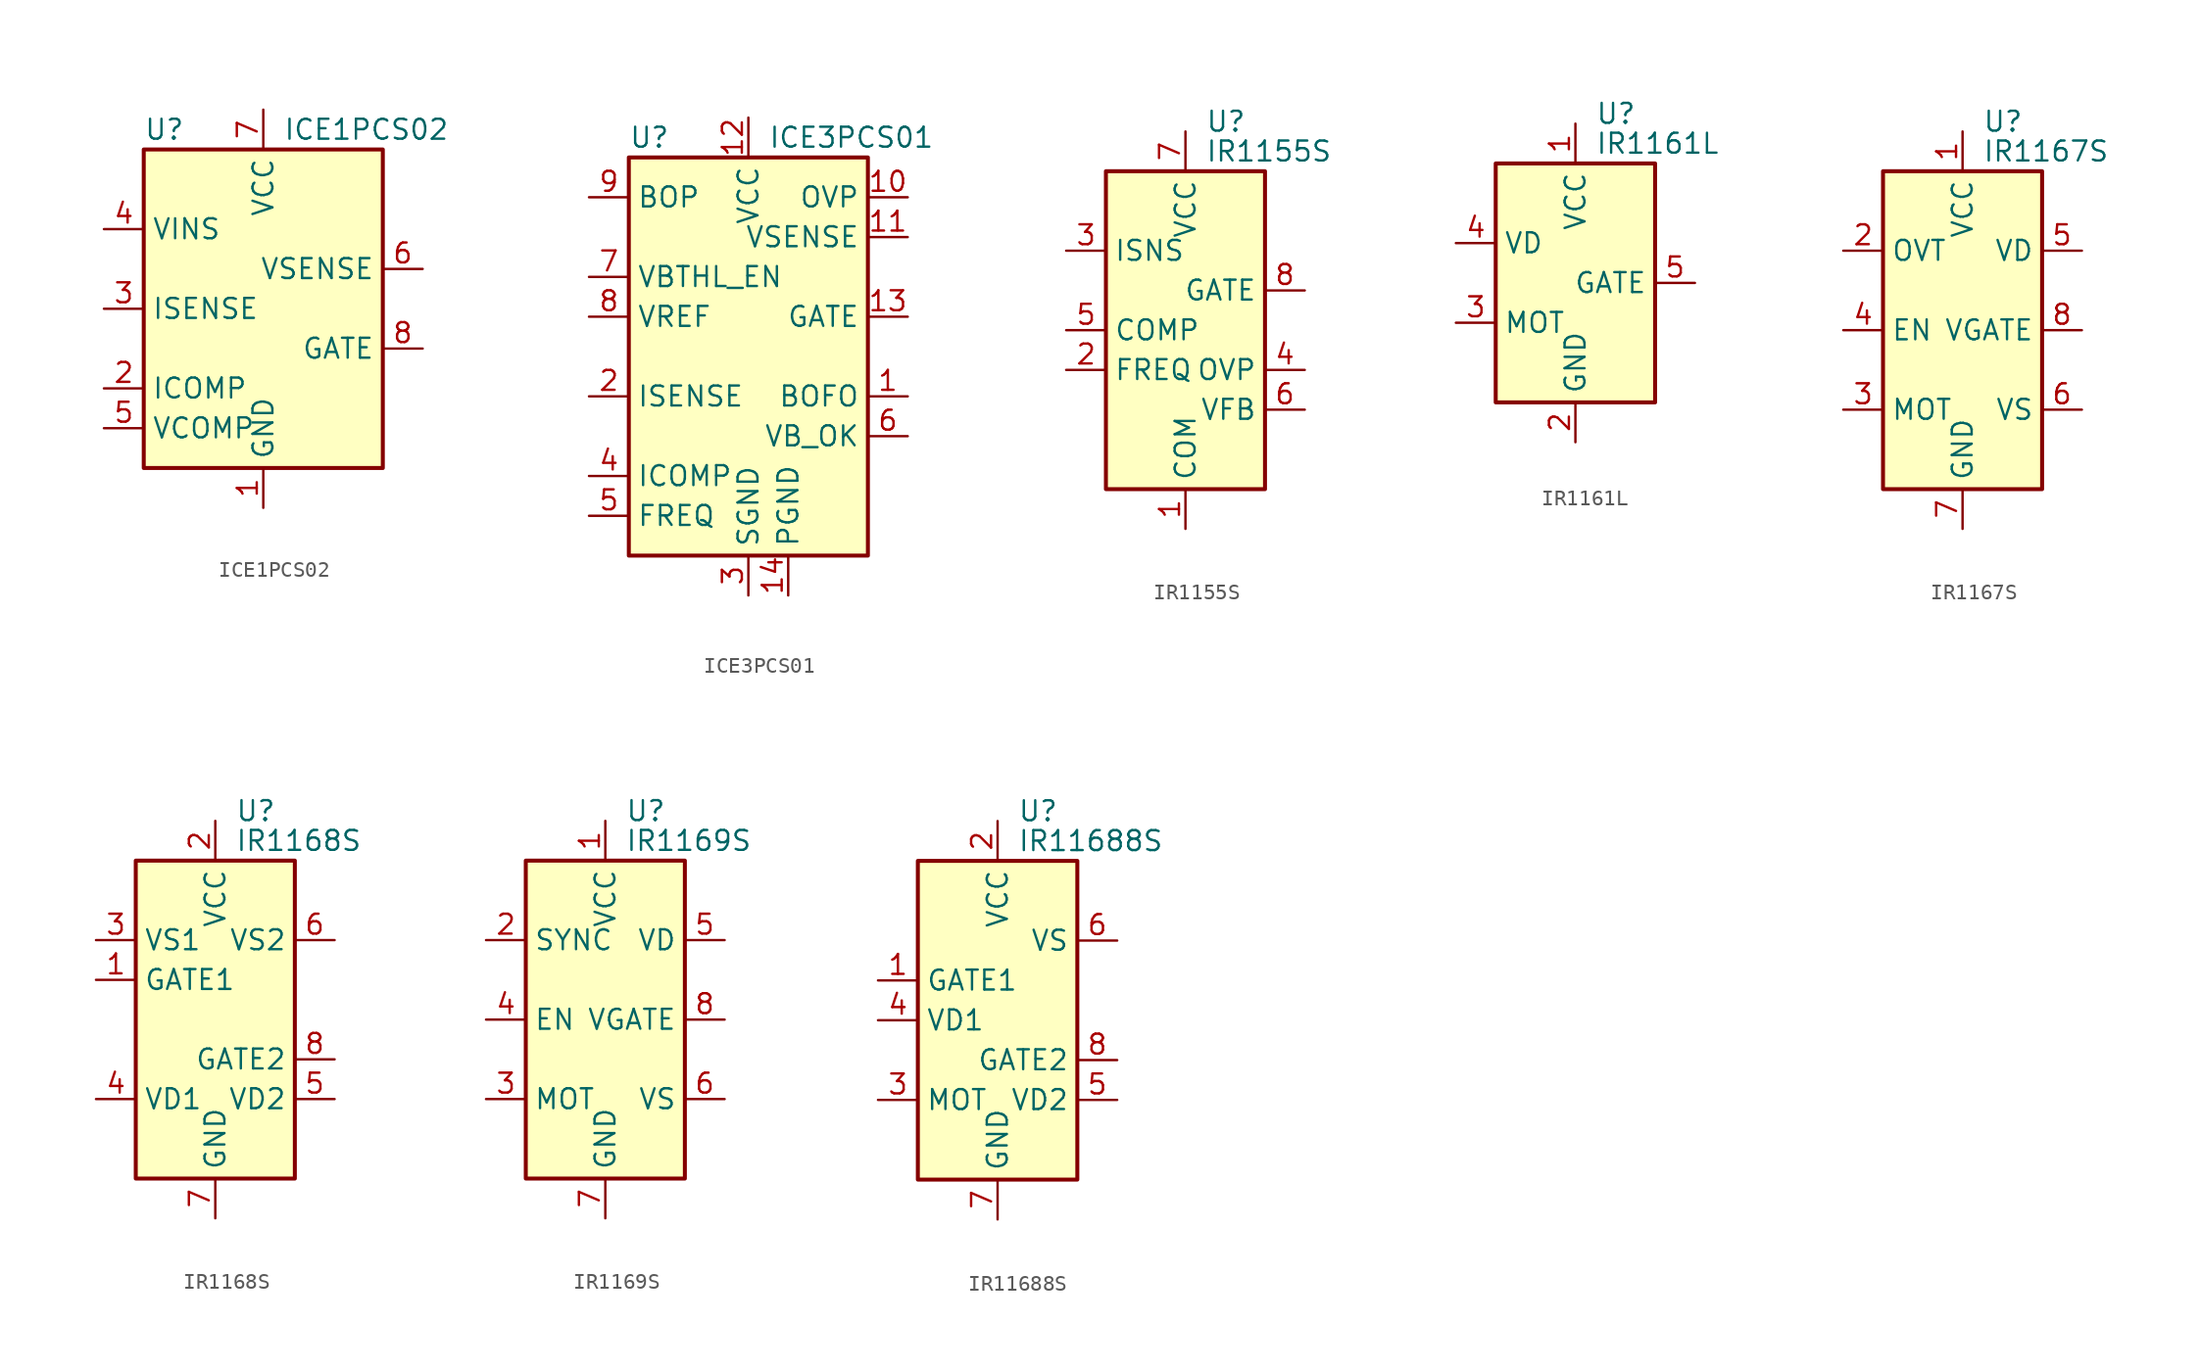
<source format=kicad_sym>
(kicad_symbol_lib
  (version 20211014)
  (generator kicad_symbol_editor)
  (symbol "ICE1PCS02"
    (property "Reference" "U"
      (at -7.62 11.43 0)
      (effects (font (size 1.27 1.27)) (justify left)))
    (property "Value" "ICE1PCS02"
      (at 1.27 11.43 0)
      (effects (font (size 1.27 1.27)) (justify left)))
    (symbol "ICE1PCS02_0_0"
      (rectangle (start -7.62 10.16) (end 7.62 -10.16) (stroke (width 0.254) (type default) (color 0 0 0 0)) (fill (type background))))
    (symbol "ICE1PCS02_1_1"
      (pin power_in line (at 0 -12.7 90) (length 2.54) (name "GND" (effects (font (size 1.27 1.27)))) (number "1" (effects (font (size 1.27 1.27)))))
      (pin passive line (at -10.16 -5.08 0) (length 2.54) (name "ICOMP" (effects (font (size 1.27 1.27)))) (number "2" (effects (font (size 1.27 1.27)))))
      (pin input line (at -10.16 0 0) (length 2.54) (name "ISENSE" (effects (font (size 1.27 1.27)))) (number "3" (effects (font (size 1.27 1.27)))))
      (pin input line (at -10.16 5.08 0) (length 2.54) (name "VINS" (effects (font (size 1.27 1.27)))) (number "4" (effects (font (size 1.27 1.27)))))
      (pin passive line (at -10.16 -7.62 0) (length 2.54) (name "VCOMP" (effects (font (size 1.27 1.27)))) (number "5" (effects (font (size 1.27 1.27)))))
      (pin input line (at 10.16 2.54 180) (length 2.54) (name "VSENSE" (effects (font (size 1.27 1.27)))) (number "6" (effects (font (size 1.27 1.27)))))
      (pin power_in line (at 0 12.7 270) (length 2.54) (name "VCC" (effects (font (size 1.27 1.27)))) (number "7" (effects (font (size 1.27 1.27)))))
      (pin output line (at 10.16 -2.54 180) (length 2.54) (name "GATE" (effects (font (size 1.27 1.27)))) (number "8" (effects (font (size 1.27 1.27)))))))
  (symbol "ICE3PCS01"
    (property "Reference" "U"
      (at -7.62 13.97 0)
      (effects (font (size 1.27 1.27)) (justify left)))
    (property "Value" "ICE3PCS01"
      (at 1.27 13.97 0)
      (effects (font (size 1.27 1.27)) (justify left)))
    (symbol "ICE3PCS01_0_0"
      (rectangle (start -7.62 12.7) (end 7.62 -12.7) (stroke (width 0.254) (type default) (color 0 0 0 0)) (fill (type background))))
    (symbol "ICE3PCS01_1_1"
      (pin input line (at 10.16 -2.54 180) (length 2.54) (name "BOFO" (effects (font (size 1.27 1.27)))) (number "1" (effects (font (size 1.27 1.27)))))
      (pin input line (at 10.16 10.16 180) (length 2.54) (name "OVP" (effects (font (size 1.27 1.27)))) (number "10" (effects (font (size 1.27 1.27)))))
      (pin input line (at 10.16 7.62 180) (length 2.54) (name "VSENSE" (effects (font (size 1.27 1.27)))) (number "11" (effects (font (size 1.27 1.27)))))
      (pin power_in line (at 0 15.24 270) (length 2.54) (name "VCC" (effects (font (size 1.27 1.27)))) (number "12" (effects (font (size 1.27 1.27)))))
      (pin output line (at 10.16 2.54 180) (length 2.54) (name "GATE" (effects (font (size 1.27 1.27)))) (number "13" (effects (font (size 1.27 1.27)))))
      (pin power_in line (at 2.54 -15.24 90) (length 2.54) (name "PGND" (effects (font (size 1.27 1.27)))) (number "14" (effects (font (size 1.27 1.27)))))
      (pin input line (at -10.16 -2.54 0) (length 2.54) (name "ISENSE" (effects (font (size 1.27 1.27)))) (number "2" (effects (font (size 1.27 1.27)))))
      (pin power_in line (at 0 -15.24 90) (length 2.54) (name "SGND" (effects (font (size 1.27 1.27)))) (number "3" (effects (font (size 1.27 1.27)))))
      (pin passive line (at -10.16 -7.62 0) (length 2.54) (name "ICOMP" (effects (font (size 1.27 1.27)))) (number "4" (effects (font (size 1.27 1.27)))))
      (pin passive line (at -10.16 -10.16 0) (length 2.54) (name "FREQ" (effects (font (size 1.27 1.27)))) (number "5" (effects (font (size 1.27 1.27)))))
      (pin output line (at 10.16 -5.08 180) (length 2.54) (name "VB_OK" (effects (font (size 1.27 1.27)))) (number "6" (effects (font (size 1.27 1.27)))))
      (pin input line (at -10.16 5.08 0) (length 2.54) (name "VBTHL_EN" (effects (font (size 1.27 1.27)))) (number "7" (effects (font (size 1.27 1.27)))))
      (pin output line (at -10.16 2.54 0) (length 2.54) (name "VREF" (effects (font (size 1.27 1.27)))) (number "8" (effects (font (size 1.27 1.27)))))
      (pin input line (at -10.16 10.16 0) (length 2.54) (name "BOP" (effects (font (size 1.27 1.27)))) (number "9" (effects (font (size 1.27 1.27)))))))
  (symbol "IR1155S"
    (property "Reference" "U"
      (at 1.27 13.335 0)
      (effects (font (size 1.27 1.27)) (justify left)))
    (property "Value" "IR1155S"
      (at 1.27 11.43 0)
      (effects (font (size 1.27 1.27)) (justify left)))
    (symbol "IR1155S_0_1"
      (rectangle (start -5.08 -10.16) (end 5.08 10.16) (stroke (width 0.254) (type default) (color 0 0 0 0)) (fill (type background))))
    (symbol "IR1155S_1_1"
      (pin power_in line (at 0 -12.7 90) (length 2.54) (name "COM" (effects (font (size 1.27 1.27)))) (number "1" (effects (font (size 1.27 1.27)))))
      (pin passive line (at -7.62 -2.54 0) (length 2.54) (name "FREQ" (effects (font (size 1.27 1.27)))) (number "2" (effects (font (size 1.27 1.27)))))
      (pin passive line (at -7.62 5.08 0) (length 2.54) (name "ISNS" (effects (font (size 1.27 1.27)))) (number "3" (effects (font (size 1.27 1.27)))))
      (pin input line (at 7.62 -2.54 180) (length 2.54) (name "OVP" (effects (font (size 1.27 1.27)))) (number "4" (effects (font (size 1.27 1.27)))))
      (pin output line (at -7.62 0 0) (length 2.54) (name "COMP" (effects (font (size 1.27 1.27)))) (number "5" (effects (font (size 1.27 1.27)))))
      (pin input line (at 7.62 -5.08 180) (length 2.54) (name "VFB" (effects (font (size 1.27 1.27)))) (number "6" (effects (font (size 1.27 1.27)))))
      (pin power_in line (at 0 12.7 270) (length 2.54) (name "VCC" (effects (font (size 1.27 1.27)))) (number "7" (effects (font (size 1.27 1.27)))))
      (pin output line (at 7.62 2.54 180) (length 2.54) (name "GATE" (effects (font (size 1.27 1.27)))) (number "8" (effects (font (size 1.27 1.27)))))))
  (symbol "IR1161L"
    (property "Reference" "U"
      (at 1.27 10.795 0)
      (effects (font (size 1.27 1.27)) (justify left)))
    (property "Value" "IR1161L"
      (at 1.27 8.89 0)
      (effects (font (size 1.27 1.27)) (justify left)))
    (symbol "IR1161L_0_1"
      (rectangle (start -5.08 -7.62) (end 5.08 7.62) (stroke (width 0.254) (type default) (color 0 0 0 0)) (fill (type background))))
    (symbol "IR1161L_1_1"
      (pin power_in line (at 0 10.16 270) (length 2.54) (name "VCC" (effects (font (size 1.27 1.27)))) (number "1" (effects (font (size 1.27 1.27)))))
      (pin power_in line (at 0 -10.16 90) (length 2.54) (name "GND" (effects (font (size 1.27 1.27)))) (number "2" (effects (font (size 1.27 1.27)))))
      (pin passive line (at -7.62 -2.54 0) (length 2.54) (name "MOT" (effects (font (size 1.27 1.27)))) (number "3" (effects (font (size 1.27 1.27)))))
      (pin input line (at -7.62 2.54 0) (length 2.54) (name "VD" (effects (font (size 1.27 1.27)))) (number "4" (effects (font (size 1.27 1.27)))))
      (pin output line (at 7.62 0 180) (length 2.54) (name "GATE" (effects (font (size 1.27 1.27)))) (number "5" (effects (font (size 1.27 1.27)))))))
  (symbol "IR1167S"
    (property "Reference" "U"
      (at 1.27 13.335 0)
      (effects (font (size 1.27 1.27)) (justify left)))
    (property "Value" "IR1167S"
      (at 1.27 11.43 0)
      (effects (font (size 1.27 1.27)) (justify left)))
    (symbol "IR1167S_0_1"
      (rectangle (start -5.08 -10.16) (end 5.08 10.16) (stroke (width 0.254) (type default) (color 0 0 0 0)) (fill (type background))))
    (symbol "IR1167S_1_1"
      (pin power_in line (at 0 12.7 270) (length 2.54) (name "VCC" (effects (font (size 1.27 1.27)))) (number "1" (effects (font (size 1.27 1.27)))))
      (pin input line (at -7.62 5.08 0) (length 2.54) (name "OVT" (effects (font (size 1.27 1.27)))) (number "2" (effects (font (size 1.27 1.27)))))
      (pin passive line (at -7.62 -5.08 0) (length 2.54) (name "MOT" (effects (font (size 1.27 1.27)))) (number "3" (effects (font (size 1.27 1.27)))))
      (pin input line (at -7.62 0 0) (length 2.54) (name "EN" (effects (font (size 1.27 1.27)))) (number "4" (effects (font (size 1.27 1.27)))))
      (pin input line (at 7.62 5.08 180) (length 2.54) (name "VD" (effects (font (size 1.27 1.27)))) (number "5" (effects (font (size 1.27 1.27)))))
      (pin input line (at 7.62 -5.08 180) (length 2.54) (name "VS" (effects (font (size 1.27 1.27)))) (number "6" (effects (font (size 1.27 1.27)))))
      (pin power_in line (at 0 -12.7 90) (length 2.54) (name "GND" (effects (font (size 1.27 1.27)))) (number "7" (effects (font (size 1.27 1.27)))))
      (pin output line (at 7.62 0 180) (length 2.54) (name "VGATE" (effects (font (size 1.27 1.27)))) (number "8" (effects (font (size 1.27 1.27)))))))
  (symbol "IR1168S"
    (property "Reference" "U"
      (at 1.27 13.335 0)
      (effects (font (size 1.27 1.27)) (justify left)))
    (property "Value" "IR1168S"
      (at 1.27 11.43 0)
      (effects (font (size 1.27 1.27)) (justify left)))
    (symbol "IR1168S_0_1"
      (rectangle (start -5.08 -10.16) (end 5.08 10.16) (stroke (width 0.254) (type default) (color 0 0 0 0)) (fill (type background))))
    (symbol "IR1168S_1_1"
      (pin output line (at -7.62 2.54 0) (length 2.54) (name "GATE1" (effects (font (size 1.27 1.27)))) (number "1" (effects (font (size 1.27 1.27)))))
      (pin power_in line (at 0 12.7 270) (length 2.54) (name "VCC" (effects (font (size 1.27 1.27)))) (number "2" (effects (font (size 1.27 1.27)))))
      (pin input line (at -7.62 5.08 0) (length 2.54) (name "VS1" (effects (font (size 1.27 1.27)))) (number "3" (effects (font (size 1.27 1.27)))))
      (pin input line (at -7.62 -5.08 0) (length 2.54) (name "VD1" (effects (font (size 1.27 1.27)))) (number "4" (effects (font (size 1.27 1.27)))))
      (pin input line (at 7.62 -5.08 180) (length 2.54) (name "VD2" (effects (font (size 1.27 1.27)))) (number "5" (effects (font (size 1.27 1.27)))))
      (pin input line (at 7.62 5.08 180) (length 2.54) (name "VS2" (effects (font (size 1.27 1.27)))) (number "6" (effects (font (size 1.27 1.27)))))
      (pin power_in line (at 0 -12.7 90) (length 2.54) (name "GND" (effects (font (size 1.27 1.27)))) (number "7" (effects (font (size 1.27 1.27)))))
      (pin output line (at 7.62 -2.54 180) (length 2.54) (name "GATE2" (effects (font (size 1.27 1.27)))) (number "8" (effects (font (size 1.27 1.27)))))))
  (symbol "IR1169S"
    (property "Reference" "U"
      (at 1.27 13.335 0)
      (effects (font (size 1.27 1.27)) (justify left)))
    (property "Value" "IR1169S"
      (at 1.27 11.43 0)
      (effects (font (size 1.27 1.27)) (justify left)))
    (symbol "IR1169S_0_1"
      (rectangle (start -5.08 -10.16) (end 5.08 10.16) (stroke (width 0.254) (type default) (color 0 0 0 0)) (fill (type background))))
    (symbol "IR1169S_1_1"
      (pin power_in line (at 0 12.7 270) (length 2.54) (name "VCC" (effects (font (size 1.27 1.27)))) (number "1" (effects (font (size 1.27 1.27)))))
      (pin input line (at -7.62 5.08 0) (length 2.54) (name "SYNC" (effects (font (size 1.27 1.27)))) (number "2" (effects (font (size 1.27 1.27)))))
      (pin passive line (at -7.62 -5.08 0) (length 2.54) (name "MOT" (effects (font (size 1.27 1.27)))) (number "3" (effects (font (size 1.27 1.27)))))
      (pin input line (at -7.62 0 0) (length 2.54) (name "EN" (effects (font (size 1.27 1.27)))) (number "4" (effects (font (size 1.27 1.27)))))
      (pin input line (at 7.62 5.08 180) (length 2.54) (name "VD" (effects (font (size 1.27 1.27)))) (number "5" (effects (font (size 1.27 1.27)))))
      (pin input line (at 7.62 -5.08 180) (length 2.54) (name "VS" (effects (font (size 1.27 1.27)))) (number "6" (effects (font (size 1.27 1.27)))))
      (pin power_in line (at 0 -12.7 90) (length 2.54) (name "GND" (effects (font (size 1.27 1.27)))) (number "7" (effects (font (size 1.27 1.27)))))
      (pin output line (at 7.62 0 180) (length 2.54) (name "VGATE" (effects (font (size 1.27 1.27)))) (number "8" (effects (font (size 1.27 1.27)))))))
  (symbol "IR11688S"
    (property "Reference" "U"
      (at 1.27 13.335 0)
      (effects (font (size 1.27 1.27)) (justify left)))
    (property "Value" "IR11688S"
      (at 1.27 11.43 0)
      (effects (font (size 1.27 1.27)) (justify left)))
    (symbol "IR11688S_0_1"
      (rectangle (start -5.08 -10.16) (end 5.08 10.16) (stroke (width 0.254) (type default) (color 0 0 0 0)) (fill (type background))))
    (symbol "IR11688S_1_1"
      (pin output line (at -7.62 2.54 0) (length 2.54) (name "GATE1" (effects (font (size 1.27 1.27)))) (number "1" (effects (font (size 1.27 1.27)))))
      (pin power_in line (at 0 12.7 270) (length 2.54) (name "VCC" (effects (font (size 1.27 1.27)))) (number "2" (effects (font (size 1.27 1.27)))))
      (pin passive line (at -7.62 -5.08 0) (length 2.54) (name "MOT" (effects (font (size 1.27 1.27)))) (number "3" (effects (font (size 1.27 1.27)))))
      (pin input line (at -7.62 0 0) (length 2.54) (name "VD1" (effects (font (size 1.27 1.27)))) (number "4" (effects (font (size 1.27 1.27)))))
      (pin input line (at 7.62 -5.08 180) (length 2.54) (name "VD2" (effects (font (size 1.27 1.27)))) (number "5" (effects (font (size 1.27 1.27)))))
      (pin input line (at 7.62 5.08 180) (length 2.54) (name "VS" (effects (font (size 1.27 1.27)))) (number "6" (effects (font (size 1.27 1.27)))))
      (pin power_in line (at 0 -12.7 90) (length 2.54) (name "GND" (effects (font (size 1.27 1.27)))) (number "7" (effects (font (size 1.27 1.27)))))
      (pin output line (at 7.62 -2.54 180) (length 2.54) (name "GATE2" (effects (font (size 1.27 1.27)))) (number "8" (effects (font (size 1.27 1.27))))))))
</source>
